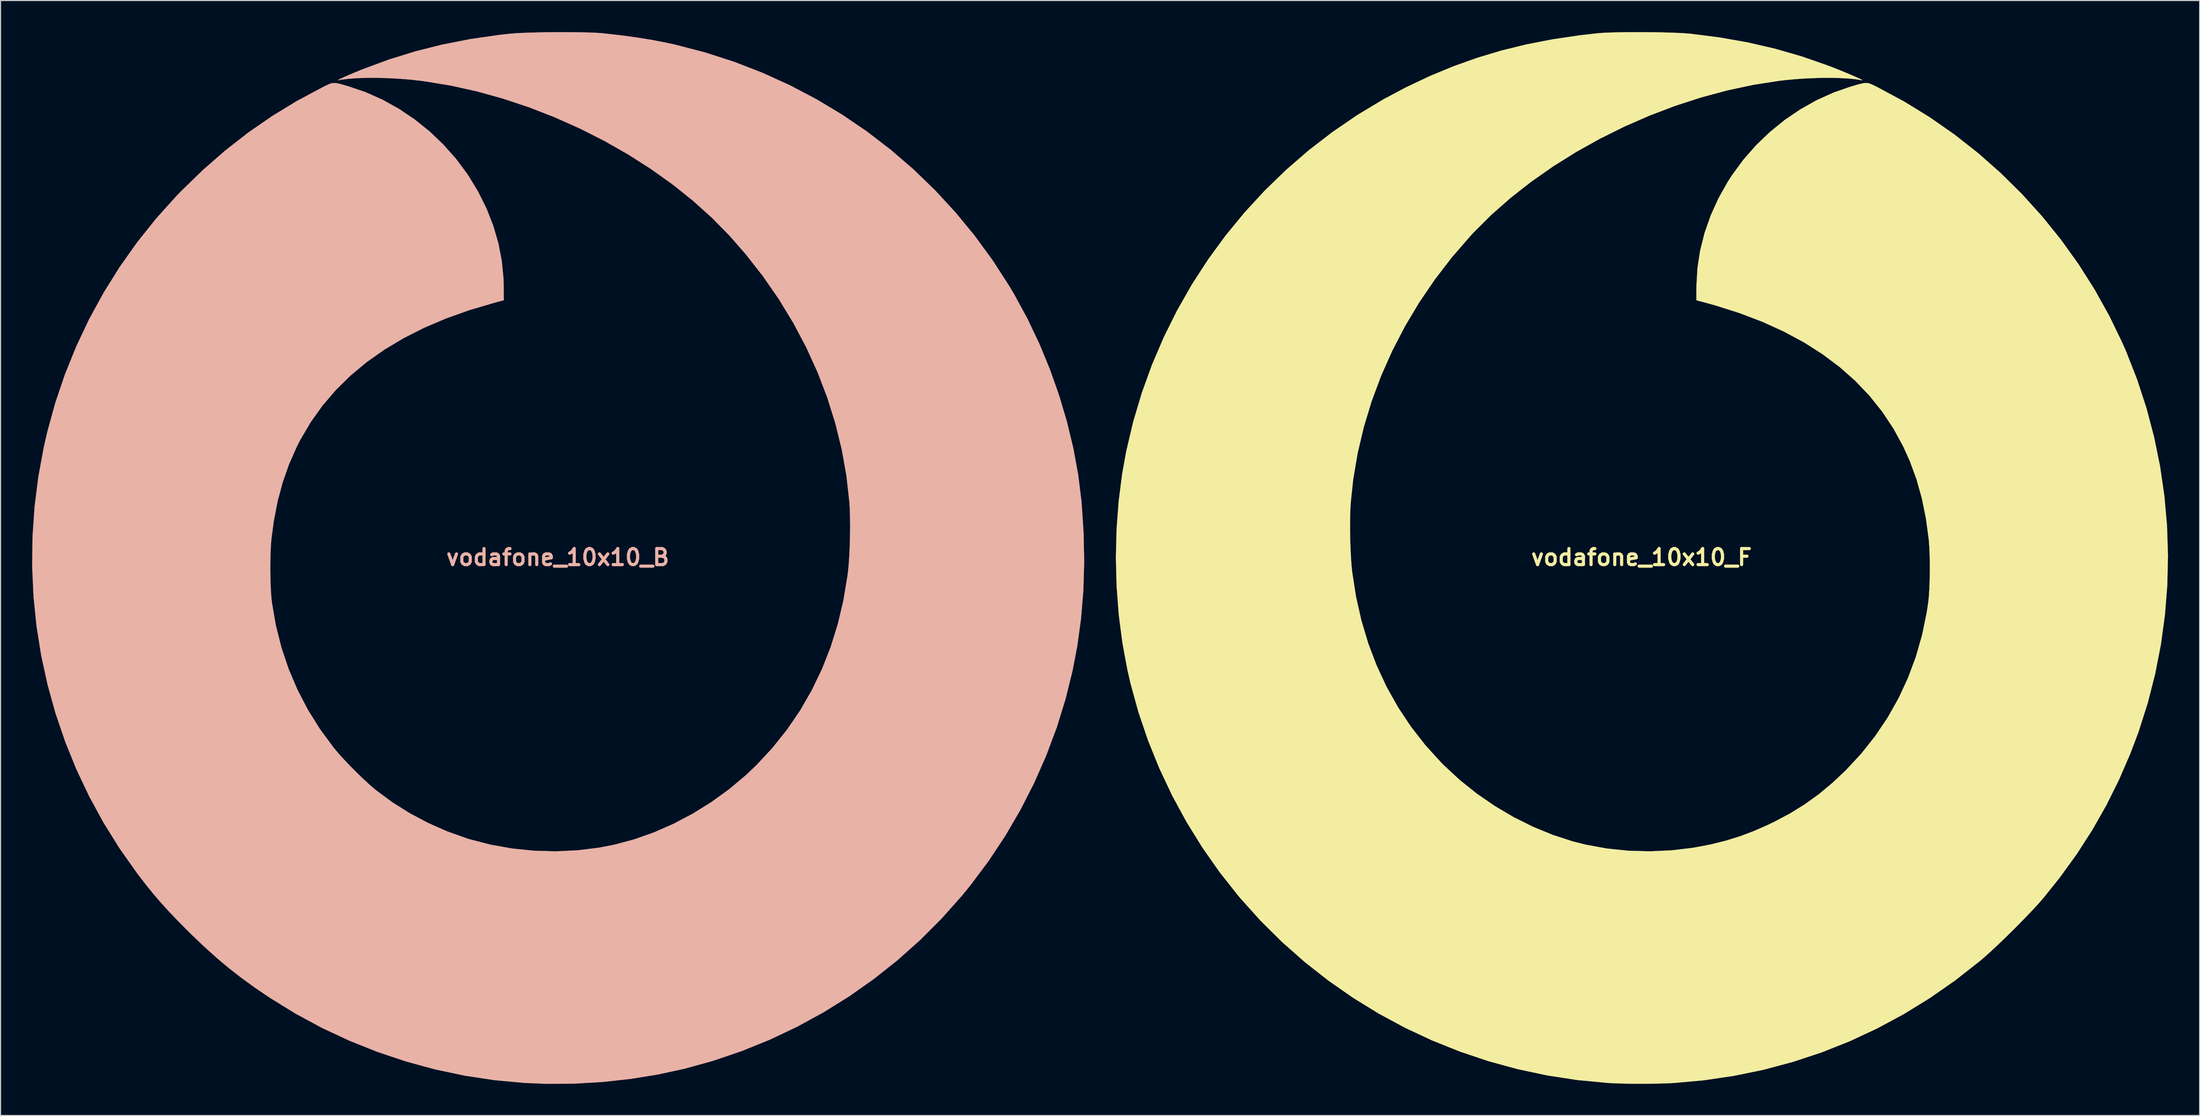
<source format=kicad_pcb>
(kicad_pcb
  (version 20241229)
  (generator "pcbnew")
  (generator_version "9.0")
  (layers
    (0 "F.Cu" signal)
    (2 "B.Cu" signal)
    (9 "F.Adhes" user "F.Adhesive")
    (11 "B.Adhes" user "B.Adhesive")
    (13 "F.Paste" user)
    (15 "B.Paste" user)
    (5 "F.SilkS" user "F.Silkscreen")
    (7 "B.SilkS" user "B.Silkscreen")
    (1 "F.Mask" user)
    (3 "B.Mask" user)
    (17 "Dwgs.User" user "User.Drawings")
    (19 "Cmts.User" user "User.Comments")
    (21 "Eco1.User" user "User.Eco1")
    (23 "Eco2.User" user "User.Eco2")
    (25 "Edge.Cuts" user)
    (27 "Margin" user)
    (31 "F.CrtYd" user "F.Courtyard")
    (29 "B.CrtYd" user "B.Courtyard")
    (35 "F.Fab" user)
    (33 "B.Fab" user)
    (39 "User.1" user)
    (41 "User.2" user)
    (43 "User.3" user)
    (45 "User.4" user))
  (footprint "vodafone_10x10_F"
    (layer "F.Cu")
    (at 152.81 49.913)
    (property "Reference" "vodafone_10x10_F" (at 0 0 0) (layer "F.SilkS") (effects (font (size 1.524 1.524) (thickness 0.3))))
    (attr through_hole)
    (fp_poly (pts (xy 0.254 -49.907) (xy 1.161 -49.898) (xy 2.041 -49.882) (xy 2.866 -49.859) (xy 3.607 -49.829) (xy 4.237 -49.792) (xy 4.657 -49.756) (xy 7.43 -49.404) (xy 10.1 -48.931) (xy 12.686 -48.333) (xy 15.208 -47.605) (xy 17.686 -46.742) (xy 18.582 -46.393) (xy 19.167 -46.155) (xy 19.696 -45.935) (xy 20.154 -45.738) (xy 20.526 -45.572) (xy 20.795 -45.443) (xy 20.947 -45.36) (xy 20.967 -45.328) (xy 20.913 -45.335) (xy 20.315 -45.436) (xy 19.577 -45.508) (xy 18.724 -45.552) (xy 17.782 -45.568) (xy 16.778 -45.555) (xy 15.738 -45.515) (xy 14.688 -45.447) (xy 13.653 -45.351) (xy 13.123 -45.29) (xy 10.642 -44.905) (xy 8.152 -44.375) (xy 5.666 -43.705) (xy 3.198 -42.903) (xy 0.761 -41.976) (xy -1.63 -40.93) (xy -3.962 -39.772) (xy -6.221 -38.51) (xy -8.394 -37.149) (xy -10.467 -35.697) (xy -12.425 -34.162) (xy -14.256 -32.548) (xy -15.946 -30.865) (xy -16.215 -30.575) (xy -17.983 -28.536) (xy -19.616 -26.414) (xy -21.109 -24.219) (xy -22.459 -21.956) (xy -23.663 -19.634) (xy -24.718 -17.26) (xy -25.62 -14.842) (xy -26.365 -12.387) (xy -26.951 -9.902) (xy -27.375 -7.395) (xy -27.606 -5.22) (xy -27.646 -4.509) (xy -27.668 -3.676) (xy -27.672 -2.765) (xy -27.659 -1.817) (xy -27.631 -0.877) (xy -27.587 0.014) (xy -27.53 0.813) (xy -27.474 1.355) (xy -27.112 3.706) (xy -26.601 5.98) (xy -25.945 8.175) (xy -25.143 10.287) (xy -24.198 12.314) (xy -23.111 14.253) (xy -21.883 16.101) (xy -20.515 17.855) (xy -19.009 19.512) (xy -18.753 19.77) (xy -17.241 21.17) (xy -15.623 22.462) (xy -13.916 23.637) (xy -12.136 24.687) (xy -10.301 25.602) (xy -8.427 26.372) (xy -6.531 26.989) (xy -5.271 27.308) (xy -3.294 27.668) (xy -1.265 27.877) (xy 0.794 27.935) (xy 2.859 27.841) (xy 4.907 27.597) (xy 6.519 27.292) (xy 7.975 26.931) (xy 9.354 26.504) (xy 10.71 25.992) (xy 12.099 25.376) (xy 12.573 25.147) (xy 14.095 24.34) (xy 15.51 23.464) (xy 16.851 22.496) (xy 18.153 21.409) (xy 19.395 20.237) (xy 20.862 18.657) (xy 22.189 16.984) (xy 23.374 15.222) (xy 24.414 13.375) (xy 25.307 11.448) (xy 26.051 9.446) (xy 26.644 7.372) (xy 27.084 5.231) (xy 27.227 4.276) (xy 27.286 3.71) (xy 27.33 3.015) (xy 27.36 2.231) (xy 27.375 1.397) (xy 27.375 0.554) (xy 27.359 -0.259) (xy 27.328 -1.002) (xy 27.281 -1.636) (xy 27.275 -1.693) (xy 27.005 -3.705) (xy 26.619 -5.605) (xy 26.114 -7.407) (xy 25.485 -9.128) (xy 24.849 -10.541) (xy 23.92 -12.244) (xy 22.853 -13.849) (xy 21.646 -15.358) (xy 20.301 -16.77) (xy 18.817 -18.085) (xy 17.194 -19.303) (xy 15.433 -20.425) (xy 13.532 -21.45) (xy 11.493 -22.378) (xy 9.314 -23.21) (xy 6.997 -23.945) (xy 6.096 -24.194) (xy 5.207 -24.431) (xy 5.216 -25.783) (xy 5.311 -27.477) (xy 5.571 -29.168) (xy 5.994 -30.847) (xy 6.575 -32.503) (xy 7.311 -34.125) (xy 8.199 -35.702) (xy 8.598 -36.322) (xy 9.675 -37.787) (xy 10.873 -39.154) (xy 12.181 -40.412) (xy 13.585 -41.553) (xy 15.072 -42.566) (xy 16.629 -43.443) (xy 18.243 -44.172) (xy 19.902 -44.746) (xy 20.012 -44.777) (xy 20.512 -44.921) (xy 20.887 -45.02) (xy 21.174 -45.073) (xy 21.409 -45.078) (xy 21.633 -45.033) (xy 21.881 -44.936) (xy 22.192 -44.785) (xy 22.445 -44.658) (xy 24.962 -43.303) (xy 27.393 -41.805) (xy 29.733 -40.17) (xy 31.974 -38.405) (xy 34.111 -36.516) (xy 36.139 -34.509) (xy 38.052 -32.391) (xy 39.842 -30.167) (xy 41.506 -27.845) (xy 43.036 -25.43) (xy 44.427 -22.929) (xy 45.673 -20.347) (xy 46.018 -19.558) (xy 47.06 -16.9) (xy 47.944 -14.191) (xy 48.67 -11.44) (xy 49.237 -8.655) (xy 49.646 -5.844) (xy 49.897 -3.015) (xy 49.989 -0.179) (xy 49.923 2.658) (xy 49.698 5.486) (xy 49.314 8.298) (xy 48.771 11.083) (xy 48.069 13.835) (xy 47.208 16.544) (xy 46.445 18.576) (xy 45.35 21.112) (xy 44.143 23.544) (xy 42.812 25.891) (xy 41.345 28.173) (xy 39.73 30.408) (xy 38.221 32.3) (xy 37.784 32.806) (xy 37.242 33.399) (xy 36.621 34.055) (xy 35.944 34.751) (xy 35.235 35.463) (xy 34.519 36.167) (xy 33.818 36.839) (xy 33.157 37.456) (xy 32.56 37.992) (xy 32.131 38.36) (xy 29.8 40.19) (xy 27.395 41.869) (xy 24.92 43.395) (xy 22.376 44.767) (xy 19.769 45.984) (xy 17.1 47.045) (xy 14.374 47.947) (xy 11.593 48.691) (xy 8.76 49.275) (xy 5.878 49.697) (xy 3.048 49.951) (xy 2.328 49.985) (xy 1.489 50.008) (xy 0.575 50.021) (xy -0.368 50.022) (xy -1.295 50.013) (xy -2.163 49.992) (xy -2.927 49.961) (xy -3.217 49.944) (xy -6.105 49.669) (xy -8.956 49.23) (xy -11.765 48.632) (xy -14.526 47.877) (xy -17.231 46.968) (xy -19.876 45.908) (xy -22.454 44.701) (xy -24.958 43.35) (xy -27.382 41.857) (xy -29.721 40.226) (xy -31.968 38.461) (xy -34.116 36.564) (xy -36.161 34.538) (xy -38.094 32.386) (xy -38.29 32.154) (xy -40.063 29.908) (xy -41.704 27.563) (xy -43.209 25.128) (xy -44.573 22.615) (xy -45.791 20.031) (xy -46.859 17.388) (xy -47.77 14.696) (xy -48.522 11.963) (xy -48.809 10.709) (xy -49.287 8.131) (xy -49.629 5.481) (xy -49.836 2.785) (xy -49.907 0.069) (xy -49.843 -2.644) (xy -49.643 -5.327) (xy -49.307 -7.956) (xy -48.925 -10.075) (xy -48.264 -12.88) (xy -47.446 -15.626) (xy -46.476 -18.31) (xy -45.357 -20.924) (xy -44.095 -23.464) (xy -42.693 -25.924) (xy -41.157 -28.297) (xy -39.489 -30.58) (xy -37.695 -32.765) (xy -35.779 -34.847) (xy -33.745 -36.82) (xy -31.598 -38.68) (xy -29.342 -40.419) (xy -26.981 -42.034) (xy -24.52 -43.517) (xy -22.352 -44.67) (xy -20.112 -45.729) (xy -17.87 -46.66) (xy -15.604 -47.469) (xy -13.294 -48.162) (xy -10.917 -48.746) (xy -8.452 -49.226) (xy -5.877 -49.608) (xy -4.191 -49.801) (xy -3.709 -49.839) (xy -3.087 -49.868) (xy -2.351 -49.889) (xy -1.53 -49.902) (xy -0.652 -49.908) (xy 0.254 -49.907)) (stroke (width 0.01) (type solid)) (fill yes) (layer "F.SilkS")))
  (footprint "vodafone_10x10_B"
    (layer "F.Cu")
    (at 49.909 49.913)
    (property "Reference" "vodafone_10x10_B" (at 0 0 0) (layer "B.SilkS") (effects (font (size 1.524 1.524) (thickness 0.3))))
    (attr through_hole)
    (fp_poly (pts (xy 1.756 -49.901) (xy 2.564 -49.886) (xy 3.283 -49.863) (xy 3.884 -49.833) (xy 4.276 -49.801) (xy 5.945 -49.614) (xy 7.478 -49.407) (xy 8.911 -49.175) (xy 10.275 -48.912) (xy 11.176 -48.715) (xy 13.991 -47.981) (xy 16.743 -47.093) (xy 19.426 -46.053) (xy 22.035 -44.866) (xy 24.565 -43.536) (xy 27.01 -42.067) (xy 29.366 -40.462) (xy 31.625 -38.725) (xy 33.784 -36.862) (xy 35.837 -34.874) (xy 37.778 -32.767) (xy 39.603 -30.545) (xy 41.305 -28.211) (xy 42.879 -25.77) (xy 43.349 -24.977) (xy 44.591 -22.691) (xy 45.719 -20.318) (xy 46.726 -17.876) (xy 47.606 -15.386) (xy 48.352 -12.869) (xy 48.959 -10.343) (xy 49.418 -7.831) (xy 49.724 -5.351) (xy 49.741 -5.165) (xy 49.93 -2.299) (xy 49.984 0.476) (xy 49.903 3.176) (xy 49.686 5.813) (xy 49.332 8.403) (xy 48.894 10.709) (xy 48.217 13.457) (xy 47.378 16.169) (xy 46.38 18.836) (xy 45.23 21.448) (xy 43.932 23.994) (xy 42.49 26.466) (xy 40.91 28.853) (xy 39.197 31.145) (xy 38.374 32.154) (xy 36.455 34.315) (xy 34.419 36.356) (xy 32.274 38.271) (xy 30.025 40.058) (xy 27.68 41.712) (xy 25.245 43.229) (xy 22.727 44.605) (xy 20.132 45.836) (xy 17.467 46.917) (xy 14.738 47.845) (xy 12.065 48.587) (xy 9.542 49.137) (xy 6.937 49.559) (xy 4.284 49.851) (xy 1.617 50.009) (xy -1.03 50.031) (xy -3.133 49.947) (xy -5.991 49.683) (xy -8.827 49.254) (xy -11.633 48.661) (xy -14.4 47.908) (xy -17.12 46.997) (xy -19.785 45.932) (xy -22.387 44.715) (xy -24.916 43.348) (xy -27.33 41.857) (xy -28.717 40.918) (xy -30.004 39.987) (xy -31.225 39.035) (xy -32.417 38.033) (xy -33.615 36.953) (xy -34.853 35.766) (xy -35.268 35.353) (xy -36.157 34.452) (xy -36.944 33.625) (xy -37.659 32.838) (xy -38.331 32.058) (xy -38.989 31.251) (xy -39.662 30.384) (xy -39.942 30.014) (xy -41.605 27.659) (xy -43.121 25.224) (xy -44.488 22.717) (xy -45.705 20.145) (xy -46.771 17.514) (xy -47.683 14.832) (xy -48.441 12.104) (xy -49.044 9.337) (xy -49.49 6.54) (xy -49.777 3.717) (xy -49.904 0.876) (xy -49.87 -1.976) (xy -49.674 -4.832) (xy -49.313 -7.686) (xy -48.788 -10.531) (xy -48.475 -11.896) (xy -47.712 -14.675) (xy -46.79 -17.398) (xy -45.714 -20.058) (xy -44.487 -22.649) (xy -43.113 -25.163) (xy -41.595 -27.595) (xy -39.938 -29.937) (xy -38.145 -32.183) (xy -36.219 -34.326) (xy -35.772 -34.789) (xy -33.704 -36.799) (xy -31.582 -38.654) (xy -29.394 -40.361) (xy -27.13 -41.927) (xy -24.78 -43.362) (xy -22.361 -44.658) (xy -21.988 -44.844) (xy -21.704 -44.976) (xy -21.469 -45.055) (xy -21.245 -45.082) (xy -20.996 -45.06) (xy -20.683 -44.991) (xy -20.268 -44.876) (xy -19.927 -44.777) (xy -18.266 -44.215) (xy -16.649 -43.495) (xy -15.087 -42.628) (xy -13.595 -41.623) (xy -12.186 -40.491) (xy -10.871 -39.239) (xy -9.665 -37.88) (xy -8.58 -36.421) (xy -8.514 -36.322) (xy -7.566 -34.766) (xy -6.768 -33.161) (xy -6.124 -31.518) (xy -5.637 -29.847) (xy -5.311 -28.159) (xy -5.149 -26.465) (xy -5.131 -25.783) (xy -5.122 -24.431) (xy -6.011 -24.194) (xy -8.381 -23.495) (xy -10.611 -22.7) (xy -12.703 -21.808) (xy -14.655 -20.819) (xy -16.468 -19.733) (xy -18.143 -18.551) (xy -19.679 -17.272) (xy -21.076 -15.896) (xy -22.334 -14.424) (xy -23.453 -12.854) (xy -24.434 -11.188) (xy -24.764 -10.541) (xy -25.502 -8.877) (xy -26.112 -7.145) (xy -26.599 -5.33) (xy -26.967 -3.414) (xy -27.191 -1.693) (xy -27.239 -1.073) (xy -27.272 -0.339) (xy -27.289 0.469) (xy -27.291 1.311) (xy -27.277 2.147) (xy -27.249 2.938) (xy -27.206 3.644) (xy -27.149 4.225) (xy -27.143 4.276) (xy -26.769 6.449) (xy -26.239 8.561) (xy -25.552 10.608) (xy -24.711 12.587) (xy -23.715 14.497) (xy -22.566 16.336) (xy -21.284 18.076) (xy -20.848 18.596) (xy -20.314 19.188) (xy -19.714 19.82) (xy -19.082 20.457) (xy -18.45 21.068) (xy -17.853 21.617) (xy -17.324 22.072) (xy -17.262 22.122) (xy -15.718 23.266) (xy -14.055 24.311) (xy -12.3 25.242) (xy -10.482 26.046) (xy -8.627 26.706) (xy -8.382 26.782) (xy -6.388 27.3) (xy -4.346 27.665) (xy -2.276 27.877) (xy -0.196 27.936) (xy 1.873 27.839) (xy 3.911 27.587) (xy 5.356 27.308) (xy 7.258 26.798) (xy 9.149 26.129) (xy 11.011 25.308) (xy 12.829 24.347) (xy 14.586 23.254) (xy 16.265 22.037) (xy 17.849 20.708) (xy 18.838 19.77) (xy 20.366 18.129) (xy 21.756 16.39) (xy 23.007 14.557) (xy 24.117 12.633) (xy 25.085 10.62) (xy 25.91 8.521) (xy 26.59 6.339) (xy 27.124 4.078) (xy 27.51 1.739) (xy 27.559 1.355) (xy 27.627 0.66) (xy 27.682 -0.161) (xy 27.722 -1.065) (xy 27.748 -2.011) (xy 27.757 -2.954) (xy 27.749 -3.853) (xy 27.724 -4.664) (xy 27.691 -5.22) (xy 27.411 -7.74) (xy 26.965 -10.244) (xy 26.357 -12.725) (xy 25.59 -15.176) (xy 24.667 -17.589) (xy 23.592 -19.956) (xy 22.367 -22.27) (xy 20.997 -24.524) (xy 19.485 -26.71) (xy 17.834 -28.82) (xy 16.299 -30.575) (xy 14.635 -32.27) (xy 12.827 -33.896) (xy 10.889 -35.445) (xy 8.835 -36.911) (xy 6.678 -38.288) (xy 4.432 -39.567) (xy 2.111 -40.743) (xy -0.271 -41.808) (xy -2.701 -42.756) (xy -5.165 -43.58) (xy -7.649 -44.272) (xy -10.139 -44.826) (xy -12.623 -45.235) (xy -13.039 -45.29) (xy -14.054 -45.4) (xy -15.1 -45.483) (xy -16.149 -45.538) (xy -17.175 -45.565) (xy -18.153 -45.564) (xy -19.056 -45.535) (xy -19.858 -45.478) (xy -20.532 -45.392) (xy -20.828 -45.335) (xy -20.891 -45.335) (xy -20.812 -45.39) (xy -20.608 -45.494) (xy -20.292 -45.639) (xy -19.881 -45.82) (xy -19.39 -46.028) (xy -18.835 -46.256) (xy -18.498 -46.393) (xy -16.031 -47.306) (xy -13.527 -48.083) (xy -10.967 -48.728) (xy -8.33 -49.246) (xy -5.597 -49.642) (xy -4.572 -49.756) (xy -4.057 -49.799) (xy -3.406 -49.834) (xy -2.649 -49.863) (xy -1.814 -49.885) (xy -0.927 -49.9) (xy -0.018 -49.908) (xy 0.885 -49.908) (xy 1.756 -49.901)) (stroke (width 0.01) (type solid)) (fill yes) (layer "B.SilkS")))
  (gr_rect
    (start -3 -3)
    (end 205.804 102.949)
    (stroke (width 0.1) (type default))
    (fill no)
    (layer "Edge.Cuts")))
</source>
